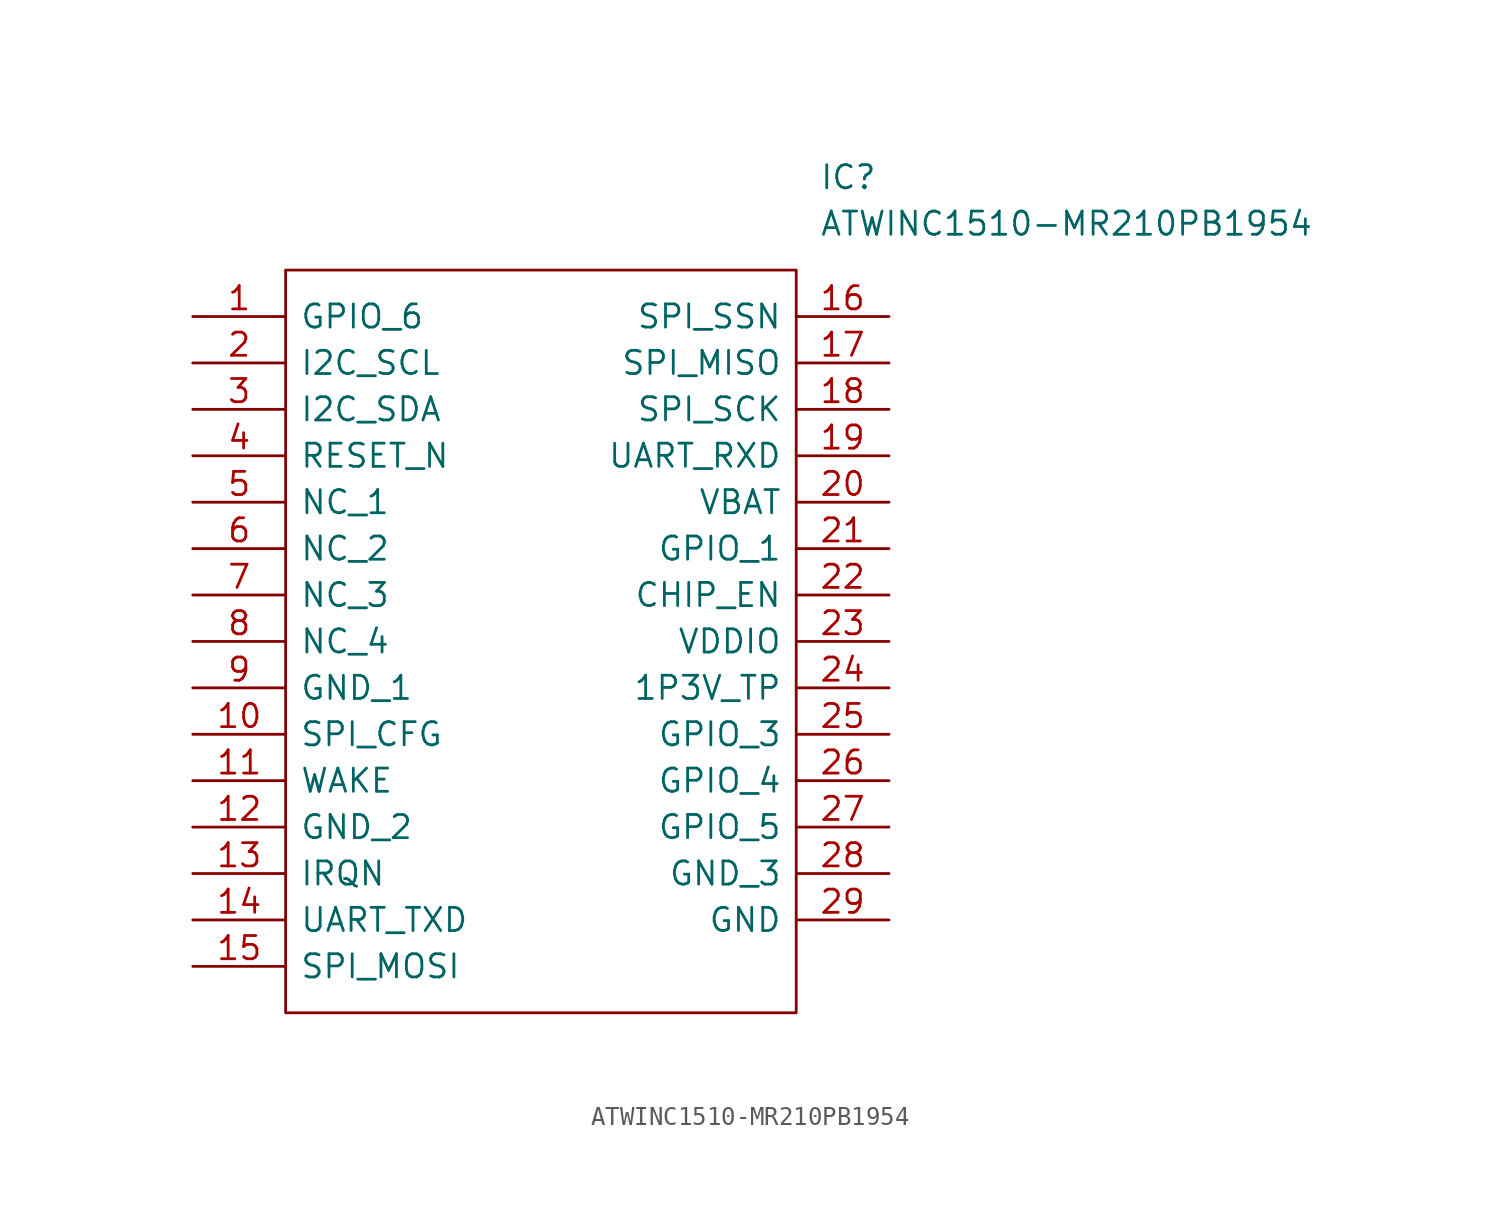
<source format=kicad_sym>
(kicad_symbol_lib
  (version 20211014)
  (generator kicad_symbol_editor)
  (symbol "ATWINC1510-MR210PB1954"
    (pin_names
      (offset 0.762))
    (property "Reference" "IC"
      (at 34.29 7.62 0)
      (effects (font (size 1.27 1.27)) (justify left)))
    (property "Value" "ATWINC1510-MR210PB1954"
      (at 34.29 5.08 0)
      (effects (font (size 1.27 1.27)) (justify left)))
    (symbol "ATWINC1510-MR210PB1954_0_0"
      (pin passive line (at 0 0 0) (length 5.08) (name "GPIO_6" (effects (font (size 1.27 1.27)))) (number "1" (effects (font (size 1.27 1.27)))))
      (pin passive line (at 0 -22.86 0) (length 5.08) (name "SPI_CFG" (effects (font (size 1.27 1.27)))) (number "10" (effects (font (size 1.27 1.27)))))
      (pin passive line (at 0 -25.4 0) (length 5.08) (name "WAKE" (effects (font (size 1.27 1.27)))) (number "11" (effects (font (size 1.27 1.27)))))
      (pin passive line (at 0 -27.94 0) (length 5.08) (name "GND_2" (effects (font (size 1.27 1.27)))) (number "12" (effects (font (size 1.27 1.27)))))
      (pin passive line (at 0 -30.48 0) (length 5.08) (name "IRQN" (effects (font (size 1.27 1.27)))) (number "13" (effects (font (size 1.27 1.27)))))
      (pin passive line (at 0 -33.02 0) (length 5.08) (name "UART_TXD" (effects (font (size 1.27 1.27)))) (number "14" (effects (font (size 1.27 1.27)))))
      (pin passive line (at 0 -35.56 0) (length 5.08) (name "SPI_MOSI" (effects (font (size 1.27 1.27)))) (number "15" (effects (font (size 1.27 1.27)))))
      (pin passive line (at 38.1 0 180) (length 5.08) (name "SPI_SSN" (effects (font (size 1.27 1.27)))) (number "16" (effects (font (size 1.27 1.27)))))
      (pin passive line (at 38.1 -2.54 180) (length 5.08) (name "SPI_MISO" (effects (font (size 1.27 1.27)))) (number "17" (effects (font (size 1.27 1.27)))))
      (pin passive line (at 38.1 -5.08 180) (length 5.08) (name "SPI_SCK" (effects (font (size 1.27 1.27)))) (number "18" (effects (font (size 1.27 1.27)))))
      (pin passive line (at 38.1 -7.62 180) (length 5.08) (name "UART_RXD" (effects (font (size 1.27 1.27)))) (number "19" (effects (font (size 1.27 1.27)))))
      (pin passive line (at 0 -2.54 0) (length 5.08) (name "I2C_SCL" (effects (font (size 1.27 1.27)))) (number "2" (effects (font (size 1.27 1.27)))))
      (pin passive line (at 38.1 -10.16 180) (length 5.08) (name "VBAT" (effects (font (size 1.27 1.27)))) (number "20" (effects (font (size 1.27 1.27)))))
      (pin passive line (at 38.1 -12.7 180) (length 5.08) (name "GPIO_1" (effects (font (size 1.27 1.27)))) (number "21" (effects (font (size 1.27 1.27)))))
      (pin passive line (at 38.1 -15.24 180) (length 5.08) (name "CHIP_EN" (effects (font (size 1.27 1.27)))) (number "22" (effects (font (size 1.27 1.27)))))
      (pin passive line (at 38.1 -17.78 180) (length 5.08) (name "VDDIO" (effects (font (size 1.27 1.27)))) (number "23" (effects (font (size 1.27 1.27)))))
      (pin passive line (at 38.1 -20.32 180) (length 5.08) (name "1P3V_TP" (effects (font (size 1.27 1.27)))) (number "24" (effects (font (size 1.27 1.27)))))
      (pin passive line (at 38.1 -22.86 180) (length 5.08) (name "GPIO_3" (effects (font (size 1.27 1.27)))) (number "25" (effects (font (size 1.27 1.27)))))
      (pin passive line (at 38.1 -25.4 180) (length 5.08) (name "GPIO_4" (effects (font (size 1.27 1.27)))) (number "26" (effects (font (size 1.27 1.27)))))
      (pin passive line (at 38.1 -27.94 180) (length 5.08) (name "GPIO_5" (effects (font (size 1.27 1.27)))) (number "27" (effects (font (size 1.27 1.27)))))
      (pin passive line (at 38.1 -30.48 180) (length 5.08) (name "GND_3" (effects (font (size 1.27 1.27)))) (number "28" (effects (font (size 1.27 1.27)))))
      (pin passive line (at 38.1 -33.02 180) (length 5.08) (name "GND" (effects (font (size 1.27 1.27)))) (number "29" (effects (font (size 1.27 1.27)))))
      (pin passive line (at 0 -5.08 0) (length 5.08) (name "I2C_SDA" (effects (font (size 1.27 1.27)))) (number "3" (effects (font (size 1.27 1.27)))))
      (pin passive line (at 0 -7.62 0) (length 5.08) (name "RESET_N" (effects (font (size 1.27 1.27)))) (number "4" (effects (font (size 1.27 1.27)))))
      (pin passive line (at 0 -10.16 0) (length 5.08) (name "NC_1" (effects (font (size 1.27 1.27)))) (number "5" (effects (font (size 1.27 1.27)))))
      (pin passive line (at 0 -12.7 0) (length 5.08) (name "NC_2" (effects (font (size 1.27 1.27)))) (number "6" (effects (font (size 1.27 1.27)))))
      (pin passive line (at 0 -15.24 0) (length 5.08) (name "NC_3" (effects (font (size 1.27 1.27)))) (number "7" (effects (font (size 1.27 1.27)))))
      (pin passive line (at 0 -17.78 0) (length 5.08) (name "NC_4" (effects (font (size 1.27 1.27)))) (number "8" (effects (font (size 1.27 1.27)))))
      (pin passive line (at 0 -20.32 0) (length 5.08) (name "GND_1" (effects (font (size 1.27 1.27)))) (number "9" (effects (font (size 1.27 1.27))))))
    (symbol "ATWINC1510-MR210PB1954_0_1"
      (polyline (pts (xy 5.08 2.54) (xy 33.02 2.54) (xy 33.02 -38.1) (xy 5.08 -38.1) (xy 5.08 2.54)) (stroke (width 0.152) (type default) (color 0 0 0 0)) (fill (type none))))))
</source>
